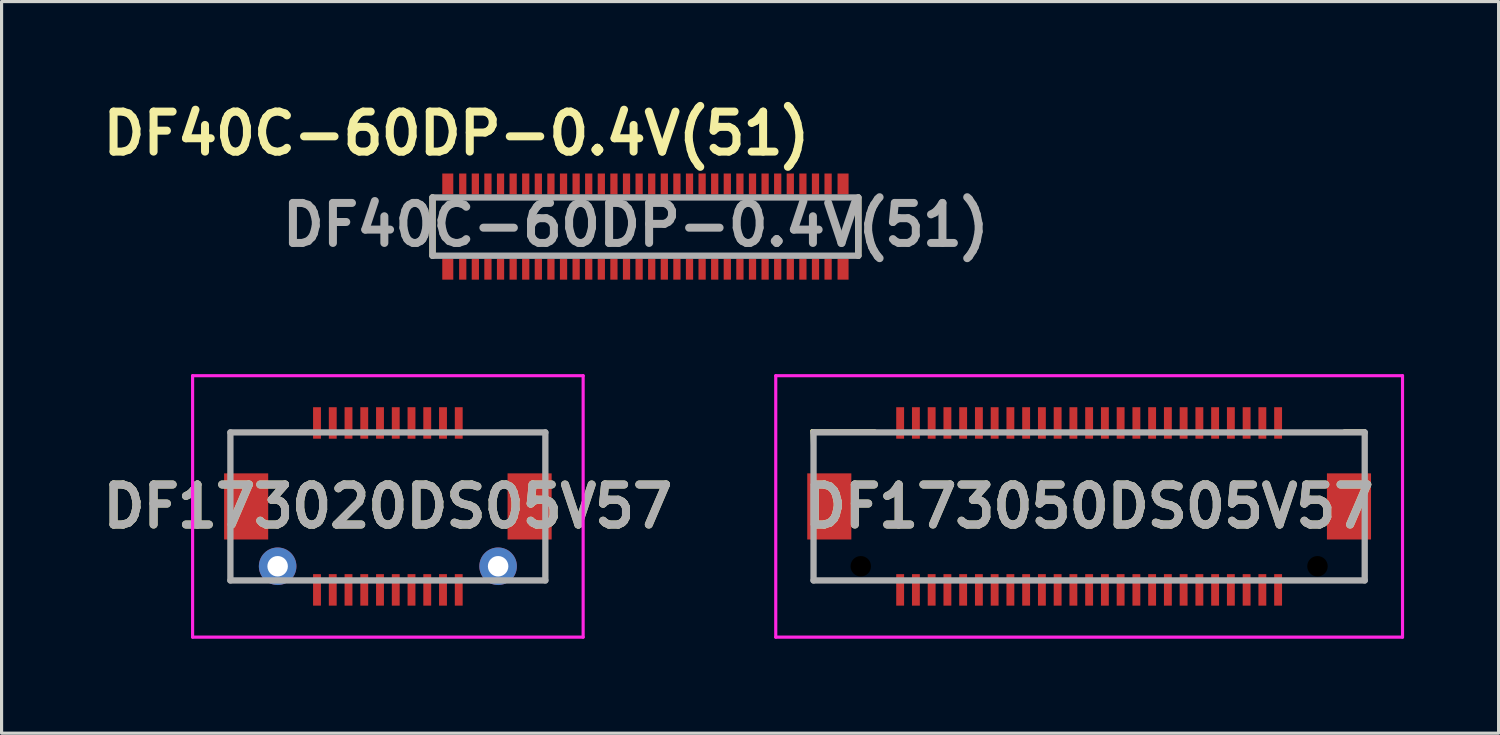
<source format=kicad_pcb>
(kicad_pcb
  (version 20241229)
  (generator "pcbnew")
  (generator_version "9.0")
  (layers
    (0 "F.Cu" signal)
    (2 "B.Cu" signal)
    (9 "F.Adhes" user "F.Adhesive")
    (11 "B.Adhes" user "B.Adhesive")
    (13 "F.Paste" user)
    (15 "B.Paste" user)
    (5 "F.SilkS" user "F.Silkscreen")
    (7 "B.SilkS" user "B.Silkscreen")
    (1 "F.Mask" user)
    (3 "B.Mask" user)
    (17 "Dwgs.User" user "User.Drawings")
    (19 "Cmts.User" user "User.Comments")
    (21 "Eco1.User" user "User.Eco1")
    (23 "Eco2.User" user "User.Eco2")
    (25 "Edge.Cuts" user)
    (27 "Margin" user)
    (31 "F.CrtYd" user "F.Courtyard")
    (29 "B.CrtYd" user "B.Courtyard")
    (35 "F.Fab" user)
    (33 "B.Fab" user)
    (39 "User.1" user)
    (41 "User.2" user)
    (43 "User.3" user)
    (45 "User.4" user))
  (footprint "DF40C-60DP-0.4V(51)"
    (layer "F.Cu")
    (at 17.442 4.144)
    (property "Reference" "DF40C-60DP-0.4V(51)" (at -6 -2.955 0) (layer "F.SilkS") (effects (font (size 1.27 1.27) (thickness 0.254))))
    (attr smd)
    (fp_line (start -6.76 0.925) (end -6.76 -0.925) (stroke (width 0.2) (type solid)) (layer "F.SilkS"))
    (fp_line (start 6.76 -0.925) (end 6.76 0.925) (stroke (width 0.2) (type solid)) (layer "F.SilkS"))
    (fp_line (start -6.76 -0.925) (end 6.76 -0.925) (stroke (width 0.2) (type solid)) (layer "F.Fab"))
    (fp_line (start -6.76 0.925) (end -6.76 -0.925) (stroke (width 0.2) (type solid)) (layer "F.Fab"))
    (fp_line (start 6.76 -0.925) (end 6.76 0.925) (stroke (width 0.2) (type solid)) (layer "F.Fab"))
    (fp_line (start 6.76 0.925) (end -6.76 0.925) (stroke (width 0.2) (type solid)) (layer "F.Fab"))
    (fp_text user "${REFERENCE}" (at -0.306 -0.055 0) (layer "F.Fab") (effects (font (size 1.27 1.27) (thickness 0.254))))
    (pad "1" smd rect (at -5.8 -1.355) (size 0.23 0.66) (layers "F.Cu" "F.Mask" "F.Paste"))
    (pad "2" smd rect (at -5.8 1.355) (size 0.23 0.66) (layers "F.Cu" "F.Mask" "F.Paste"))
    (pad "3" smd rect (at -5.4 -1.355) (size 0.23 0.66) (layers "F.Cu" "F.Mask" "F.Paste"))
    (pad "4" smd rect (at -5.4 1.355) (size 0.23 0.66) (layers "F.Cu" "F.Mask" "F.Paste"))
    (pad "5" smd rect (at -5 -1.355) (size 0.23 0.66) (layers "F.Cu" "F.Mask" "F.Paste"))
    (pad "6" smd rect (at -5 1.355) (size 0.23 0.66) (layers "F.Cu" "F.Mask" "F.Paste"))
    (pad "7" smd rect (at -4.6 -1.355) (size 0.23 0.66) (layers "F.Cu" "F.Mask" "F.Paste"))
    (pad "8" smd rect (at -4.6 1.355) (size 0.23 0.66) (layers "F.Cu" "F.Mask" "F.Paste"))
    (pad "9" smd rect (at -4.2 -1.355) (size 0.23 0.66) (layers "F.Cu" "F.Mask" "F.Paste"))
    (pad "10" smd rect (at -4.2 1.355) (size 0.23 0.66) (layers "F.Cu" "F.Mask" "F.Paste"))
    (pad "11" smd rect (at -3.8 -1.355) (size 0.23 0.66) (layers "F.Cu" "F.Mask" "F.Paste"))
    (pad "12" smd rect (at -3.8 1.355) (size 0.23 0.66) (layers "F.Cu" "F.Mask" "F.Paste"))
    (pad "13" smd rect (at -3.4 -1.355) (size 0.23 0.66) (layers "F.Cu" "F.Mask" "F.Paste"))
    (pad "14" smd rect (at -3.4 1.355) (size 0.23 0.66) (layers "F.Cu" "F.Mask" "F.Paste"))
    (pad "15" smd rect (at -3 -1.355) (size 0.23 0.66) (layers "F.Cu" "F.Mask" "F.Paste"))
    (pad "16" smd rect (at -3 1.355) (size 0.23 0.66) (layers "F.Cu" "F.Mask" "F.Paste"))
    (pad "17" smd rect (at -2.6 -1.355) (size 0.23 0.66) (layers "F.Cu" "F.Mask" "F.Paste"))
    (pad "18" smd rect (at -2.6 1.355) (size 0.23 0.66) (layers "F.Cu" "F.Mask" "F.Paste"))
    (pad "19" smd rect (at -2.2 -1.355) (size 0.23 0.66) (layers "F.Cu" "F.Mask" "F.Paste"))
    (pad "20" smd rect (at -2.2 1.355) (size 0.23 0.66) (layers "F.Cu" "F.Mask" "F.Paste"))
    (pad "21" smd rect (at -1.8 -1.355) (size 0.23 0.66) (layers "F.Cu" "F.Mask" "F.Paste"))
    (pad "22" smd rect (at -1.8 1.355) (size 0.23 0.66) (layers "F.Cu" "F.Mask" "F.Paste"))
    (pad "23" smd rect (at -1.4 -1.355) (size 0.23 0.66) (layers "F.Cu" "F.Mask" "F.Paste"))
    (pad "24" smd rect (at -1.4 1.355) (size 0.23 0.66) (layers "F.Cu" "F.Mask" "F.Paste"))
    (pad "25" smd rect (at -1 -1.355) (size 0.23 0.66) (layers "F.Cu" "F.Mask" "F.Paste"))
    (pad "26" smd rect (at -1 1.355) (size 0.23 0.66) (layers "F.Cu" "F.Mask" "F.Paste"))
    (pad "27" smd rect (at -0.6 -1.355) (size 0.23 0.66) (layers "F.Cu" "F.Mask" "F.Paste"))
    (pad "28" smd rect (at -0.6 1.355) (size 0.23 0.66) (layers "F.Cu" "F.Mask" "F.Paste"))
    (pad "29" smd rect (at -0.2 -1.355) (size 0.23 0.66) (layers "F.Cu" "F.Mask" "F.Paste"))
    (pad "30" smd rect (at -0.2 1.355) (size 0.23 0.66) (layers "F.Cu" "F.Mask" "F.Paste"))
    (pad "31" smd rect (at 0.2 -1.355) (size 0.23 0.66) (layers "F.Cu" "F.Mask" "F.Paste"))
    (pad "32" smd rect (at 0.2 1.355) (size 0.23 0.66) (layers "F.Cu" "F.Mask" "F.Paste"))
    (pad "33" smd rect (at 0.6 -1.355) (size 0.23 0.66) (layers "F.Cu" "F.Mask" "F.Paste"))
    (pad "34" smd rect (at 0.6 1.355) (size 0.23 0.66) (layers "F.Cu" "F.Mask" "F.Paste"))
    (pad "35" smd rect (at 1 -1.355) (size 0.23 0.66) (layers "F.Cu" "F.Mask" "F.Paste"))
    (pad "36" smd rect (at 1 1.355) (size 0.23 0.66) (layers "F.Cu" "F.Mask" "F.Paste"))
    (pad "37" smd rect (at 1.4 -1.355) (size 0.23 0.66) (layers "F.Cu" "F.Mask" "F.Paste"))
    (pad "38" smd rect (at 1.4 1.355) (size 0.23 0.66) (layers "F.Cu" "F.Mask" "F.Paste"))
    (pad "39" smd rect (at 1.8 -1.355) (size 0.23 0.66) (layers "F.Cu" "F.Mask" "F.Paste"))
    (pad "40" smd rect (at 1.8 1.355) (size 0.23 0.66) (layers "F.Cu" "F.Mask" "F.Paste"))
    (pad "41" smd rect (at 2.2 -1.355) (size 0.23 0.66) (layers "F.Cu" "F.Mask" "F.Paste"))
    (pad "42" smd rect (at 2.2 1.355) (size 0.23 0.66) (layers "F.Cu" "F.Mask" "F.Paste"))
    (pad "43" smd rect (at 2.6 -1.355) (size 0.23 0.66) (layers "F.Cu" "F.Mask" "F.Paste"))
    (pad "44" smd rect (at 2.6 1.355) (size 0.23 0.66) (layers "F.Cu" "F.Mask" "F.Paste"))
    (pad "45" smd rect (at 3 -1.355) (size 0.23 0.66) (layers "F.Cu" "F.Mask" "F.Paste"))
    (pad "46" smd rect (at 3 1.355) (size 0.23 0.66) (layers "F.Cu" "F.Mask" "F.Paste"))
    (pad "47" smd rect (at 3.4 -1.355) (size 0.23 0.66) (layers "F.Cu" "F.Mask" "F.Paste"))
    (pad "48" smd rect (at 3.4 1.355) (size 0.23 0.66) (layers "F.Cu" "F.Mask" "F.Paste"))
    (pad "49" smd rect (at 3.8 -1.355) (size 0.23 0.66) (layers "F.Cu" "F.Mask" "F.Paste"))
    (pad "50" smd rect (at 3.8 1.355) (size 0.23 0.66) (layers "F.Cu" "F.Mask" "F.Paste"))
    (pad "51" smd rect (at 4.2 -1.355) (size 0.23 0.66) (layers "F.Cu" "F.Mask" "F.Paste"))
    (pad "52" smd rect (at 4.2 1.355) (size 0.23 0.66) (layers "F.Cu" "F.Mask" "F.Paste"))
    (pad "53" smd rect (at 4.6 -1.355) (size 0.23 0.66) (layers "F.Cu" "F.Mask" "F.Paste"))
    (pad "54" smd rect (at 4.6 1.355) (size 0.23 0.66) (layers "F.Cu" "F.Mask" "F.Paste"))
    (pad "55" smd rect (at 5 -1.355) (size 0.23 0.66) (layers "F.Cu" "F.Mask" "F.Paste"))
    (pad "56" smd rect (at 5 1.355) (size 0.23 0.66) (layers "F.Cu" "F.Mask" "F.Paste"))
    (pad "57" smd rect (at 5.4 -1.355) (size 0.23 0.66) (layers "F.Cu" "F.Mask" "F.Paste"))
    (pad "58" smd rect (at 5.4 1.355) (size 0.23 0.66) (layers "F.Cu" "F.Mask" "F.Paste"))
    (pad "59" smd rect (at 5.8 -1.355) (size 0.23 0.66) (layers "F.Cu" "F.Mask" "F.Paste"))
    (pad "60" smd rect (at 5.8 1.355) (size 0.23 0.66) (layers "F.Cu" "F.Mask" "F.Paste"))
    (pad "61" smd rect (at -6.275 -1.355) (size 0.35 0.66) (layers "F.Cu" "F.Mask" "F.Paste"))
    (pad "62" smd rect (at -6.275 1.355) (size 0.35 0.66) (layers "F.Cu" "F.Mask" "F.Paste"))
    (pad "63" smd rect (at 6.275 1.355) (size 0.35 0.66) (layers "F.Cu" "F.Mask" "F.Paste"))
    (pad "64" smd rect (at 6.275 -1.355) (size 0.35 0.66) (layers "F.Cu" "F.Mask" "F.Paste")))
  (footprint "DF173050DS05V57"
    (layer "F.Cu")
    (at 31.53 13.029)
    (property "Reference" "DF173050DS05V57" (at 0 0 0) (layer "F.SilkS") (effects (font (size 1.27 1.27) (thickness 0.254))))
    (attr smd)
    (fp_line (start -8.8 -2.4) (end -6.8 -2.4) (stroke (width 0.1) (type solid)) (layer "F.SilkS"))
    (fp_line (start -8.75 -1.2) (end -8.8 -2.4) (stroke (width 0.1) (type solid)) (layer "F.SilkS"))
    (fp_line (start -8.75 2.35) (end -8.75 1.2) (stroke (width 0.1) (type solid)) (layer "F.SilkS"))
    (fp_line (start -6.4 2.35) (end -8.75 2.35) (stroke (width 0.1) (type solid)) (layer "F.SilkS"))
    (fp_line (start 6.3 2.35) (end 8.75 2.35) (stroke (width 0.1) (type solid)) (layer "F.SilkS"))
    (fp_line (start 8.75 -2.4) (end 8.1 -2.4) (stroke (width 0.1) (type solid)) (layer "F.SilkS"))
    (fp_line (start 8.75 -1.8) (end 8.75 -2.4) (stroke (width 0.1) (type solid)) (layer "F.SilkS"))
    (fp_line (start 8.75 2.35) (end 8.75 1.8) (stroke (width 0.1) (type solid)) (layer "F.SilkS"))
    (fp_line (start -9.95 -4.15) (end -9.95 4.15) (stroke (width 0.1) (type solid)) (layer "F.CrtYd"))
    (fp_line (start -9.95 4.15) (end 9.95 4.15) (stroke (width 0.1) (type solid)) (layer "F.CrtYd"))
    (fp_line (start 9.95 -4.15) (end -9.95 -4.15) (stroke (width 0.1) (type solid)) (layer "F.CrtYd"))
    (fp_line (start 9.95 4.15) (end 9.95 -4.15) (stroke (width 0.1) (type solid)) (layer "F.CrtYd"))
    (fp_line (start -8.75 -2.35) (end -8.75 2.35) (stroke (width 0.2) (type solid)) (layer "F.Fab"))
    (fp_line (start -8.75 2.35) (end 8.75 2.35) (stroke (width 0.2) (type solid)) (layer "F.Fab"))
    (fp_line (start 8.75 -2.35) (end -8.75 -2.35) (stroke (width 0.2) (type solid)) (layer "F.Fab"))
    (fp_line (start 8.75 2.35) (end 8.75 -2.35) (stroke (width 0.2) (type solid)) (layer "F.Fab"))
    (fp_text user "${REFERENCE}" (at 0 0 0) (layer "F.Fab") (effects (font (size 1.27 1.27) (thickness 0.254))))
    (pad "" np_thru_hole circle (at -7.25 1.9 180) (size 1.192 1.192) (drill 0.65) (layers "*.Mask"))
    (pad "" np_thru_hole circle (at 7.25 1.9 180) (size 1.192 1.192) (drill 0.65) (layers "*.Mask"))
    (pad "1" smd rect (at -6 2.65 180) (size 0.25 1) (layers "F.Cu" "F.Mask" "F.Paste"))
    (pad "2" smd rect (at -6 -2.65 180) (size 0.25 1) (layers "F.Cu" "F.Mask" "F.Paste"))
    (pad "3" smd rect (at -5.5 2.65 180) (size 0.25 1) (layers "F.Cu" "F.Mask" "F.Paste"))
    (pad "4" smd rect (at -5.5 -2.65 180) (size 0.25 1) (layers "F.Cu" "F.Mask" "F.Paste"))
    (pad "5" smd rect (at -5 2.65 180) (size 0.25 1) (layers "F.Cu" "F.Mask" "F.Paste"))
    (pad "6" smd rect (at -5 -2.65 180) (size 0.25 1) (layers "F.Cu" "F.Mask" "F.Paste"))
    (pad "7" smd rect (at -4.5 2.65 180) (size 0.25 1) (layers "F.Cu" "F.Mask" "F.Paste"))
    (pad "8" smd rect (at -4.5 -2.65 180) (size 0.25 1) (layers "F.Cu" "F.Mask" "F.Paste"))
    (pad "9" smd rect (at -4 2.65 180) (size 0.25 1) (layers "F.Cu" "F.Mask" "F.Paste"))
    (pad "10" smd rect (at -4 -2.65 180) (size 0.25 1) (layers "F.Cu" "F.Mask" "F.Paste"))
    (pad "11" smd rect (at -3.5 2.65 180) (size 0.25 1) (layers "F.Cu" "F.Mask" "F.Paste"))
    (pad "12" smd rect (at -3.5 -2.65 180) (size 0.25 1) (layers "F.Cu" "F.Mask" "F.Paste"))
    (pad "13" smd rect (at -3 2.65 180) (size 0.25 1) (layers "F.Cu" "F.Mask" "F.Paste"))
    (pad "14" smd rect (at -3 -2.65 180) (size 0.25 1) (layers "F.Cu" "F.Mask" "F.Paste"))
    (pad "15" smd rect (at -2.5 2.65 180) (size 0.25 1) (layers "F.Cu" "F.Mask" "F.Paste"))
    (pad "16" smd rect (at -2.5 -2.65 180) (size 0.25 1) (layers "F.Cu" "F.Mask" "F.Paste"))
    (pad "17" smd rect (at -2 2.65 180) (size 0.25 1) (layers "F.Cu" "F.Mask" "F.Paste"))
    (pad "18" smd rect (at -2 -2.65 180) (size 0.25 1) (layers "F.Cu" "F.Mask" "F.Paste"))
    (pad "19" smd rect (at -1.5 2.65 180) (size 0.25 1) (layers "F.Cu" "F.Mask" "F.Paste"))
    (pad "20" smd rect (at -1.5 -2.65 180) (size 0.25 1) (layers "F.Cu" "F.Mask" "F.Paste"))
    (pad "21" smd rect (at -1 2.65 180) (size 0.25 1) (layers "F.Cu" "F.Mask" "F.Paste"))
    (pad "22" smd rect (at -1 -2.65 180) (size 0.25 1) (layers "F.Cu" "F.Mask" "F.Paste"))
    (pad "23" smd rect (at -0.5 2.65 180) (size 0.25 1) (layers "F.Cu" "F.Mask" "F.Paste"))
    (pad "24" smd rect (at -0.5 -2.65 180) (size 0.25 1) (layers "F.Cu" "F.Mask" "F.Paste"))
    (pad "25" smd rect (at 0 2.65 180) (size 0.25 1) (layers "F.Cu" "F.Mask" "F.Paste"))
    (pad "26" smd rect (at 0 -2.65 180) (size 0.25 1) (layers "F.Cu" "F.Mask" "F.Paste"))
    (pad "27" smd rect (at 0.5 2.65 180) (size 0.25 1) (layers "F.Cu" "F.Mask" "F.Paste"))
    (pad "28" smd rect (at 0.5 -2.65 180) (size 0.25 1) (layers "F.Cu" "F.Mask" "F.Paste"))
    (pad "29" smd rect (at 1 2.65 180) (size 0.25 1) (layers "F.Cu" "F.Mask" "F.Paste"))
    (pad "30" smd rect (at 1 -2.65 180) (size 0.25 1) (layers "F.Cu" "F.Mask" "F.Paste"))
    (pad "31" smd rect (at 1.5 2.65 180) (size 0.25 1) (layers "F.Cu" "F.Mask" "F.Paste"))
    (pad "32" smd rect (at 1.5 -2.65 180) (size 0.25 1) (layers "F.Cu" "F.Mask" "F.Paste"))
    (pad "33" smd rect (at 2 2.65 180) (size 0.25 1) (layers "F.Cu" "F.Mask" "F.Paste"))
    (pad "34" smd rect (at 2 -2.65 180) (size 0.25 1) (layers "F.Cu" "F.Mask" "F.Paste"))
    (pad "35" smd rect (at 2.5 2.65 180) (size 0.25 1) (layers "F.Cu" "F.Mask" "F.Paste"))
    (pad "36" smd rect (at 2.5 -2.65 180) (size 0.25 1) (layers "F.Cu" "F.Mask" "F.Paste"))
    (pad "37" smd rect (at 3 2.65 180) (size 0.25 1) (layers "F.Cu" "F.Mask" "F.Paste"))
    (pad "38" smd rect (at 3 -2.65 180) (size 0.25 1) (layers "F.Cu" "F.Mask" "F.Paste"))
    (pad "39" smd rect (at 3.5 2.65 180) (size 0.25 1) (layers "F.Cu" "F.Mask" "F.Paste"))
    (pad "40" smd rect (at 3.5 -2.65 180) (size 0.25 1) (layers "F.Cu" "F.Mask" "F.Paste"))
    (pad "41" smd rect (at 4 2.65 180) (size 0.25 1) (layers "F.Cu" "F.Mask" "F.Paste"))
    (pad "42" smd rect (at 4 -2.65 180) (size 0.25 1) (layers "F.Cu" "F.Mask" "F.Paste"))
    (pad "43" smd rect (at 4.5 2.65 180) (size 0.25 1) (layers "F.Cu" "F.Mask" "F.Paste"))
    (pad "44" smd rect (at 4.5 -2.65 180) (size 0.25 1) (layers "F.Cu" "F.Mask" "F.Paste"))
    (pad "45" smd rect (at 5 2.65 180) (size 0.25 1) (layers "F.Cu" "F.Mask" "F.Paste"))
    (pad "46" smd rect (at 5 -2.65 180) (size 0.25 1) (layers "F.Cu" "F.Mask" "F.Paste"))
    (pad "47" smd rect (at 5.5 2.65 180) (size 0.25 1) (layers "F.Cu" "F.Mask" "F.Paste"))
    (pad "48" smd rect (at 5.5 -2.65 180) (size 0.25 1) (layers "F.Cu" "F.Mask" "F.Paste"))
    (pad "49" smd rect (at 6 2.65 180) (size 0.25 1) (layers "F.Cu" "F.Mask" "F.Paste"))
    (pad "50" smd rect (at 6 -2.65 180) (size 0.25 1) (layers "F.Cu" "F.Mask" "F.Paste"))
    (pad "Fix1" smd rect (at -8.25 0) (size 1.4 2.1) (layers "F.Cu" "F.Mask" "F.Paste"))
    (pad "Fix2" smd rect (at 8.25 0) (size 1.4 2.1) (layers "F.Cu" "F.Mask" "F.Paste")))
  (footprint "DF173020DS05V57"
    (layer "F.Cu")
    (at 9.265 13.029)
    (property "Reference" "DF173020DS05V57" (at 0 0 180) (layer "F.SilkS") (effects (font (size 1.27 1.27) (thickness 0.254))))
    (attr through_hole)
    (fp_line (start -5 -2.35) (end -4.5 -2.35) (stroke (width 0.1) (type solid)) (layer "F.SilkS"))
    (fp_line (start -5 -1.5) (end -5 -2.35) (stroke (width 0.1) (type solid)) (layer "F.SilkS"))
    (fp_line (start -5 1.5) (end -5 2.35) (stroke (width 0.1) (type solid)) (layer "F.SilkS"))
    (fp_line (start -5 2.35) (end -3 2.35) (stroke (width 0.1) (type solid)) (layer "F.SilkS"))
    (fp_line (start 3 2.35) (end 5 2.35) (stroke (width 0.1) (type solid)) (layer "F.SilkS"))
    (fp_line (start 5 -2.35) (end 4.5 -2.35) (stroke (width 0.1) (type solid)) (layer "F.SilkS"))
    (fp_line (start 5 -1.5) (end 5 -2.35) (stroke (width 0.1) (type solid)) (layer "F.SilkS"))
    (fp_line (start 5 2.35) (end 5 1.5) (stroke (width 0.1) (type solid)) (layer "F.SilkS"))
    (fp_line (start -6.2 -4.15) (end -6.2 4.15) (stroke (width 0.1) (type solid)) (layer "F.CrtYd"))
    (fp_line (start -6.2 4.15) (end 6.2 4.15) (stroke (width 0.1) (type solid)) (layer "F.CrtYd"))
    (fp_line (start 6.2 -4.15) (end -6.2 -4.15) (stroke (width 0.1) (type solid)) (layer "F.CrtYd"))
    (fp_line (start 6.2 4.15) (end 6.2 -4.15) (stroke (width 0.1) (type solid)) (layer "F.CrtYd"))
    (fp_line (start -5 -2.35) (end -5 2.35) (stroke (width 0.2) (type solid)) (layer "F.Fab"))
    (fp_line (start -5 2.35) (end 5 2.35) (stroke (width 0.2) (type solid)) (layer "F.Fab"))
    (fp_line (start 5 -2.35) (end -5 -2.35) (stroke (width 0.2) (type solid)) (layer "F.Fab"))
    (fp_line (start 5 2.35) (end 5 -2.35) (stroke (width 0.2) (type solid)) (layer "F.Fab"))
    (fp_text user "${REFERENCE}" (at 0 0 180) (layer "F.Fab") (effects (font (size 1.27 1.27) (thickness 0.254))))
    (pad "" thru_hole circle (at -3.5 1.9 180) (size 1.192 1.192) (drill 0.65) (layers "*.Cu" "*.Mask"))
    (pad "" thru_hole circle (at 3.5 1.9 180) (size 1.192 1.192) (drill 0.65) (layers "*.Cu" "*.Mask"))
    (pad "1" smd rect (at 2.25 -2.65 180) (size 0.25 1) (layers "F.Cu" "F.Mask" "F.Paste"))
    (pad "2" smd rect (at 2.25 2.65 180) (size 0.25 1) (layers "F.Cu" "F.Mask" "F.Paste"))
    (pad "3" smd rect (at 1.75 -2.65 180) (size 0.25 1) (layers "F.Cu" "F.Mask" "F.Paste"))
    (pad "4" smd rect (at 1.75 2.65 180) (size 0.25 1) (layers "F.Cu" "F.Mask" "F.Paste"))
    (pad "5" smd rect (at 1.25 -2.65 180) (size 0.25 1) (layers "F.Cu" "F.Mask" "F.Paste"))
    (pad "6" smd rect (at 1.25 2.65 180) (size 0.25 1) (layers "F.Cu" "F.Mask" "F.Paste"))
    (pad "7" smd rect (at 0.75 -2.65 180) (size 0.25 1) (layers "F.Cu" "F.Mask" "F.Paste"))
    (pad "8" smd rect (at 0.75 2.65 180) (size 0.25 1) (layers "F.Cu" "F.Mask" "F.Paste"))
    (pad "9" smd rect (at 0.25 -2.65 180) (size 0.25 1) (layers "F.Cu" "F.Mask" "F.Paste"))
    (pad "10" smd rect (at 0.25 2.65 180) (size 0.25 1) (layers "F.Cu" "F.Mask" "F.Paste"))
    (pad "11" smd rect (at -0.25 -2.65 180) (size 0.25 1) (layers "F.Cu" "F.Mask" "F.Paste"))
    (pad "12" smd rect (at -0.25 2.65 180) (size 0.25 1) (layers "F.Cu" "F.Mask" "F.Paste"))
    (pad "13" smd rect (at -0.75 -2.65 180) (size 0.25 1) (layers "F.Cu" "F.Mask" "F.Paste"))
    (pad "14" smd rect (at -0.75 2.65 180) (size 0.25 1) (layers "F.Cu" "F.Mask" "F.Paste"))
    (pad "15" smd rect (at -1.25 -2.65 180) (size 0.25 1) (layers "F.Cu" "F.Mask" "F.Paste"))
    (pad "16" smd rect (at -1.25 2.65 180) (size 0.25 1) (layers "F.Cu" "F.Mask" "F.Paste"))
    (pad "17" smd rect (at -1.75 -2.65 180) (size 0.25 1) (layers "F.Cu" "F.Mask" "F.Paste"))
    (pad "18" smd rect (at -1.75 2.65 180) (size 0.25 1) (layers "F.Cu" "F.Mask" "F.Paste"))
    (pad "19" smd rect (at -2.25 -2.65 180) (size 0.25 1) (layers "F.Cu" "F.Mask" "F.Paste"))
    (pad "20" smd rect (at -2.25 2.65 180) (size 0.25 1) (layers "F.Cu" "F.Mask" "F.Paste"))
    (pad "FIX1" smd rect (at -4.5 0 180) (size 1.4 2.1) (layers "F.Cu" "F.Mask" "F.Paste"))
    (pad "FIX2" smd rect (at 4.5 0 180) (size 1.4 2.1) (layers "F.Cu" "F.Mask" "F.Paste")))
  (gr_rect
    (start -3 -3)
    (end 44.53 20.229)
    (stroke (width 0.1) (type default))
    (fill no)
    (layer "Edge.Cuts")))
</source>
